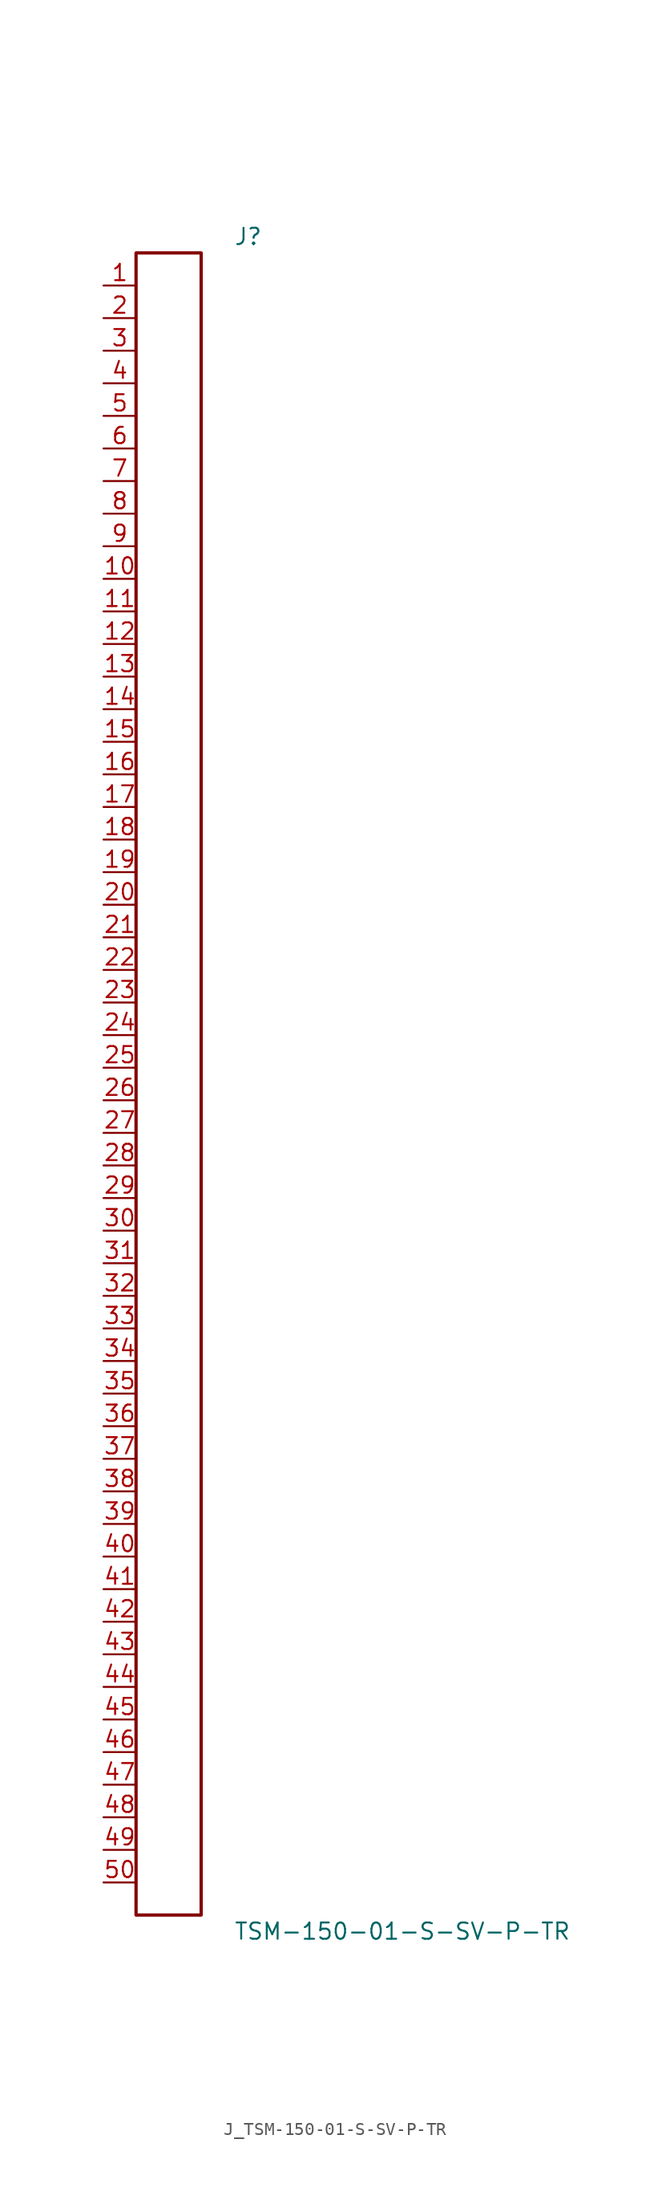
<source format=kicad_sym>
(kicad_symbol_lib
  (version 20231120)
  (generator kicad_symbol_editor)
  (generator_version 8.0)
  (symbol "J_TSM-150-01-S-SV-P-TR"
    (pin_names
      (offset 0.254))
    (property "Reference" "J"
      (at 5.08 66.04 0)
      (effects (font (size 1.27 1.27)) (justify left)))
    (property "Value" "TSM-150-01-S-SV-P-TR"
      (at 5.08 -66.04 0)
      (effects (font (size 1.27 1.27)) (justify left)))
    (symbol "J_TSM-150-01-S-SV-P-TR_0_0"
      (pin unspecified line (at -5.08 62.23 0) (length 2.54) (name "" (effects (font (size 1.27 1.27)))) (number "1" (effects (font (size 1.27 1.27)))))
      (pin unspecified line (at -5.08 59.69 0) (length 2.54) (name "" (effects (font (size 1.27 1.27)))) (number "2" (effects (font (size 1.27 1.27)))))
      (pin unspecified line (at -5.08 57.15 0) (length 2.54) (name "" (effects (font (size 1.27 1.27)))) (number "3" (effects (font (size 1.27 1.27)))))
      (pin unspecified line (at -5.08 54.61 0) (length 2.54) (name "" (effects (font (size 1.27 1.27)))) (number "4" (effects (font (size 1.27 1.27)))))
      (pin unspecified line (at -5.08 52.07 0) (length 2.54) (name "" (effects (font (size 1.27 1.27)))) (number "5" (effects (font (size 1.27 1.27)))))
      (pin unspecified line (at -5.08 49.53 0) (length 2.54) (name "" (effects (font (size 1.27 1.27)))) (number "6" (effects (font (size 1.27 1.27)))))
      (pin unspecified line (at -5.08 46.99 0) (length 2.54) (name "" (effects (font (size 1.27 1.27)))) (number "7" (effects (font (size 1.27 1.27)))))
      (pin unspecified line (at -5.08 44.45 0) (length 2.54) (name "" (effects (font (size 1.27 1.27)))) (number "8" (effects (font (size 1.27 1.27)))))
      (pin unspecified line (at -5.08 41.91 0) (length 2.54) (name "" (effects (font (size 1.27 1.27)))) (number "9" (effects (font (size 1.27 1.27)))))
      (pin unspecified line (at -5.08 39.37 0) (length 2.54) (name "" (effects (font (size 1.27 1.27)))) (number "10" (effects (font (size 1.27 1.27)))))
      (pin unspecified line (at -5.08 36.83 0) (length 2.54) (name "" (effects (font (size 1.27 1.27)))) (number "11" (effects (font (size 1.27 1.27)))))
      (pin unspecified line (at -5.08 34.29 0) (length 2.54) (name "" (effects (font (size 1.27 1.27)))) (number "12" (effects (font (size 1.27 1.27)))))
      (pin unspecified line (at -5.08 31.75 0) (length 2.54) (name "" (effects (font (size 1.27 1.27)))) (number "13" (effects (font (size 1.27 1.27)))))
      (pin unspecified line (at -5.08 29.21 0) (length 2.54) (name "" (effects (font (size 1.27 1.27)))) (number "14" (effects (font (size 1.27 1.27)))))
      (pin unspecified line (at -5.08 26.67 0) (length 2.54) (name "" (effects (font (size 1.27 1.27)))) (number "15" (effects (font (size 1.27 1.27)))))
      (pin unspecified line (at -5.08 24.13 0) (length 2.54) (name "" (effects (font (size 1.27 1.27)))) (number "16" (effects (font (size 1.27 1.27)))))
      (pin unspecified line (at -5.08 21.59 0) (length 2.54) (name "" (effects (font (size 1.27 1.27)))) (number "17" (effects (font (size 1.27 1.27)))))
      (pin unspecified line (at -5.08 19.05 0) (length 2.54) (name "" (effects (font (size 1.27 1.27)))) (number "18" (effects (font (size 1.27 1.27)))))
      (pin unspecified line (at -5.08 16.51 0) (length 2.54) (name "" (effects (font (size 1.27 1.27)))) (number "19" (effects (font (size 1.27 1.27)))))
      (pin unspecified line (at -5.08 13.97 0) (length 2.54) (name "" (effects (font (size 1.27 1.27)))) (number "20" (effects (font (size 1.27 1.27)))))
      (pin unspecified line (at -5.08 11.43 0) (length 2.54) (name "" (effects (font (size 1.27 1.27)))) (number "21" (effects (font (size 1.27 1.27)))))
      (pin unspecified line (at -5.08 8.89 0) (length 2.54) (name "" (effects (font (size 1.27 1.27)))) (number "22" (effects (font (size 1.27 1.27)))))
      (pin unspecified line (at -5.08 6.35 0) (length 2.54) (name "" (effects (font (size 1.27 1.27)))) (number "23" (effects (font (size 1.27 1.27)))))
      (pin unspecified line (at -5.08 3.81 0) (length 2.54) (name "" (effects (font (size 1.27 1.27)))) (number "24" (effects (font (size 1.27 1.27)))))
      (pin unspecified line (at -5.08 1.27 0) (length 2.54) (name "" (effects (font (size 1.27 1.27)))) (number "25" (effects (font (size 1.27 1.27)))))
      (pin unspecified line (at -5.08 -1.27 0) (length 2.54) (name "" (effects (font (size 1.27 1.27)))) (number "26" (effects (font (size 1.27 1.27)))))
      (pin unspecified line (at -5.08 -3.81 0) (length 2.54) (name "" (effects (font (size 1.27 1.27)))) (number "27" (effects (font (size 1.27 1.27)))))
      (pin unspecified line (at -5.08 -6.35 0) (length 2.54) (name "" (effects (font (size 1.27 1.27)))) (number "28" (effects (font (size 1.27 1.27)))))
      (pin unspecified line (at -5.08 -8.89 0) (length 2.54) (name "" (effects (font (size 1.27 1.27)))) (number "29" (effects (font (size 1.27 1.27)))))
      (pin unspecified line (at -5.08 -11.43 0) (length 2.54) (name "" (effects (font (size 1.27 1.27)))) (number "30" (effects (font (size 1.27 1.27)))))
      (pin unspecified line (at -5.08 -13.97 0) (length 2.54) (name "" (effects (font (size 1.27 1.27)))) (number "31" (effects (font (size 1.27 1.27)))))
      (pin unspecified line (at -5.08 -16.51 0) (length 2.54) (name "" (effects (font (size 1.27 1.27)))) (number "32" (effects (font (size 1.27 1.27)))))
      (pin unspecified line (at -5.08 -19.05 0) (length 2.54) (name "" (effects (font (size 1.27 1.27)))) (number "33" (effects (font (size 1.27 1.27)))))
      (pin unspecified line (at -5.08 -21.59 0) (length 2.54) (name "" (effects (font (size 1.27 1.27)))) (number "34" (effects (font (size 1.27 1.27)))))
      (pin unspecified line (at -5.08 -24.13 0) (length 2.54) (name "" (effects (font (size 1.27 1.27)))) (number "35" (effects (font (size 1.27 1.27)))))
      (pin unspecified line (at -5.08 -26.67 0) (length 2.54) (name "" (effects (font (size 1.27 1.27)))) (number "36" (effects (font (size 1.27 1.27)))))
      (pin unspecified line (at -5.08 -29.21 0) (length 2.54) (name "" (effects (font (size 1.27 1.27)))) (number "37" (effects (font (size 1.27 1.27)))))
      (pin unspecified line (at -5.08 -31.75 0) (length 2.54) (name "" (effects (font (size 1.27 1.27)))) (number "38" (effects (font (size 1.27 1.27)))))
      (pin unspecified line (at -5.08 -34.29 0) (length 2.54) (name "" (effects (font (size 1.27 1.27)))) (number "39" (effects (font (size 1.27 1.27)))))
      (pin unspecified line (at -5.08 -36.83 0) (length 2.54) (name "" (effects (font (size 1.27 1.27)))) (number "40" (effects (font (size 1.27 1.27)))))
      (pin unspecified line (at -5.08 -39.37 0) (length 2.54) (name "" (effects (font (size 1.27 1.27)))) (number "41" (effects (font (size 1.27 1.27)))))
      (pin unspecified line (at -5.08 -41.91 0) (length 2.54) (name "" (effects (font (size 1.27 1.27)))) (number "42" (effects (font (size 1.27 1.27)))))
      (pin unspecified line (at -5.08 -44.45 0) (length 2.54) (name "" (effects (font (size 1.27 1.27)))) (number "43" (effects (font (size 1.27 1.27)))))
      (pin unspecified line (at -5.08 -46.99 0) (length 2.54) (name "" (effects (font (size 1.27 1.27)))) (number "44" (effects (font (size 1.27 1.27)))))
      (pin unspecified line (at -5.08 -49.53 0) (length 2.54) (name "" (effects (font (size 1.27 1.27)))) (number "45" (effects (font (size 1.27 1.27)))))
      (pin unspecified line (at -5.08 -52.07 0) (length 2.54) (name "" (effects (font (size 1.27 1.27)))) (number "46" (effects (font (size 1.27 1.27)))))
      (pin unspecified line (at -5.08 -54.61 0) (length 2.54) (name "" (effects (font (size 1.27 1.27)))) (number "47" (effects (font (size 1.27 1.27)))))
      (pin unspecified line (at -5.08 -57.15 0) (length 2.54) (name "" (effects (font (size 1.27 1.27)))) (number "48" (effects (font (size 1.27 1.27)))))
      (pin unspecified line (at -5.08 -59.69 0) (length 2.54) (name "" (effects (font (size 1.27 1.27)))) (number "49" (effects (font (size 1.27 1.27)))))
      (pin unspecified line (at -5.08 -62.23 0) (length 2.54) (name "" (effects (font (size 1.27 1.27)))) (number "50" (effects (font (size 1.27 1.27))))))
    (symbol "J_TSM-150-01-S-SV-P-TR_1_0"
      (rectangle (start -2.54 64.77) (end 2.54 -64.77) (stroke (width 0.254) (type solid)) (fill (type none))))))
</source>
